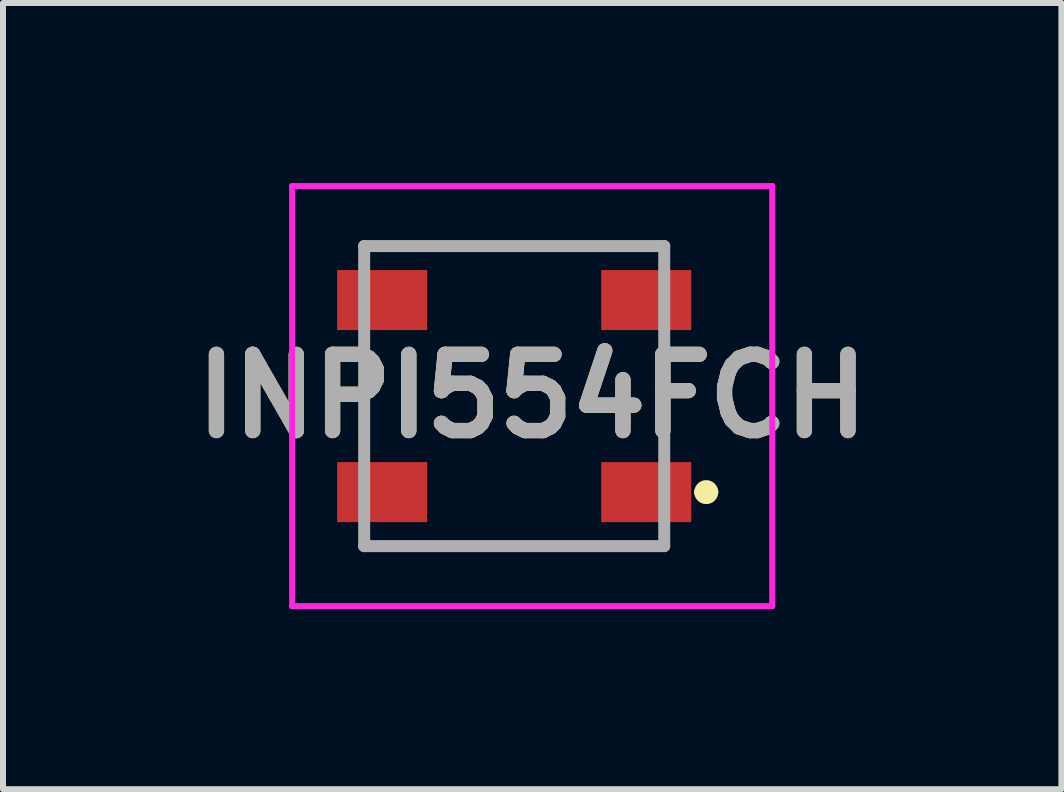
<source format=kicad_pcb>
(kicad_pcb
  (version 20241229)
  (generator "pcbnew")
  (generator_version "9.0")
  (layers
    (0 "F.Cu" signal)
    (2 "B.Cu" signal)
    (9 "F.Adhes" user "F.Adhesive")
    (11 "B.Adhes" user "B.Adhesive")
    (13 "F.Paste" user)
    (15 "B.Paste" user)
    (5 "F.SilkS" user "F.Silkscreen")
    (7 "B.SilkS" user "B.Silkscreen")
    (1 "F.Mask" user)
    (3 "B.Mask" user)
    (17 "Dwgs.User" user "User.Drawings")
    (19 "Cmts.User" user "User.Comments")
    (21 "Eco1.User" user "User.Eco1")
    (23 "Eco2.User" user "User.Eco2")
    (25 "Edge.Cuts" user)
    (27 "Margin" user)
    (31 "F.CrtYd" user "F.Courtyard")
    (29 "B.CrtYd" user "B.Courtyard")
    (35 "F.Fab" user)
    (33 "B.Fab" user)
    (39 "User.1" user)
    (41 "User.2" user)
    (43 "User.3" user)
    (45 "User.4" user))
  (footprint "INPI554FCH"
    (layer "F.Cu")
    (at 5.518 3.55)
    (property "Reference" "INPI554FCH" (at 0.3 0 0) (layer "F.SilkS") (effects (font (size 1.27 1.27) (thickness 0.254))))
    (attr smd)
    (fp_line (start -2.5 -2.5) (end 2.5 -2.5) (stroke (width 0.1) (type solid)) (layer "F.SilkS"))
    (fp_line (start -2.5 -2.3) (end -2.5 -2.5) (stroke (width 0.1) (type solid)) (layer "F.SilkS"))
    (fp_line (start -2.5 0.9) (end -2.5 -0.9) (stroke (width 0.1) (type solid)) (layer "F.SilkS"))
    (fp_line (start -2.5 2.3) (end -2.5 2.5) (stroke (width 0.1) (type solid)) (layer "F.SilkS"))
    (fp_line (start -2.5 2.5) (end 2.5 2.5) (stroke (width 0.1) (type solid)) (layer "F.SilkS"))
    (fp_line (start 2.5 -2.5) (end 2.5 -2.3) (stroke (width 0.1) (type solid)) (layer "F.SilkS"))
    (fp_line (start 2.5 0.9) (end 2.5 -0.9) (stroke (width 0.1) (type solid)) (layer "F.SilkS"))
    (fp_line (start 2.5 2.5) (end 2.5 2.3) (stroke (width 0.1) (type solid)) (layer "F.SilkS"))
    (fp_line (start 3.1 1.6) (end 3.1 1.6) (stroke (width 0.2) (type solid)) (layer "F.SilkS"))
    (fp_line (start 3.3 1.6) (end 3.3 1.6) (stroke (width 0.2) (type solid)) (layer "F.SilkS"))
    (fp_arc (start 3.1 1.6) (mid 3.2 1.5) (end 3.3 1.6) (stroke (width 0.2) (type solid)) (layer "F.SilkS"))
    (fp_arc (start 3.3 1.6) (mid 3.2 1.7) (end 3.1 1.6) (stroke (width 0.2) (type solid)) (layer "F.SilkS"))
    (fp_line (start -3.7 -3.5) (end 4.3 -3.5) (stroke (width 0.1) (type solid)) (layer "F.CrtYd"))
    (fp_line (start -3.7 3.5) (end -3.7 -3.5) (stroke (width 0.1) (type solid)) (layer "F.CrtYd"))
    (fp_line (start 4.3 -3.5) (end 4.3 3.5) (stroke (width 0.1) (type solid)) (layer "F.CrtYd"))
    (fp_line (start 4.3 3.5) (end -3.7 3.5) (stroke (width 0.1) (type solid)) (layer "F.CrtYd"))
    (fp_line (start -2.5 -2.5) (end 2.5 -2.5) (stroke (width 0.2) (type solid)) (layer "F.Fab"))
    (fp_line (start -2.5 2.5) (end -2.5 -2.5) (stroke (width 0.2) (type solid)) (layer "F.Fab"))
    (fp_line (start 2.5 -2.5) (end 2.5 2.5) (stroke (width 0.2) (type solid)) (layer "F.Fab"))
    (fp_line (start 2.5 2.5) (end -2.5 2.5) (stroke (width 0.2) (type solid)) (layer "F.Fab"))
    (fp_text user "${REFERENCE}" (at 0.3 0 0) (layer "F.Fab") (effects (font (size 1.27 1.27) (thickness 0.254))))
    (pad "1" smd rect (at 2.2 1.6 90) (size 1 1.5) (layers "F.Cu" "F.Mask" "F.Paste"))
    (pad "2" smd rect (at 2.2 -1.6 90) (size 1 1.5) (layers "F.Cu" "F.Mask" "F.Paste"))
    (pad "3" smd rect (at -2.2 -1.6 90) (size 1 1.5) (layers "F.Cu" "F.Mask" "F.Paste"))
    (pad "4" smd rect (at -2.2 1.6 90) (size 1 1.5) (layers "F.Cu" "F.Mask" "F.Paste")))
  (gr_rect
    (start -3 -3)
    (end 14.636 10.1)
    (stroke (width 0.1) (type default))
    (fill no)
    (layer "Edge.Cuts")))
</source>
